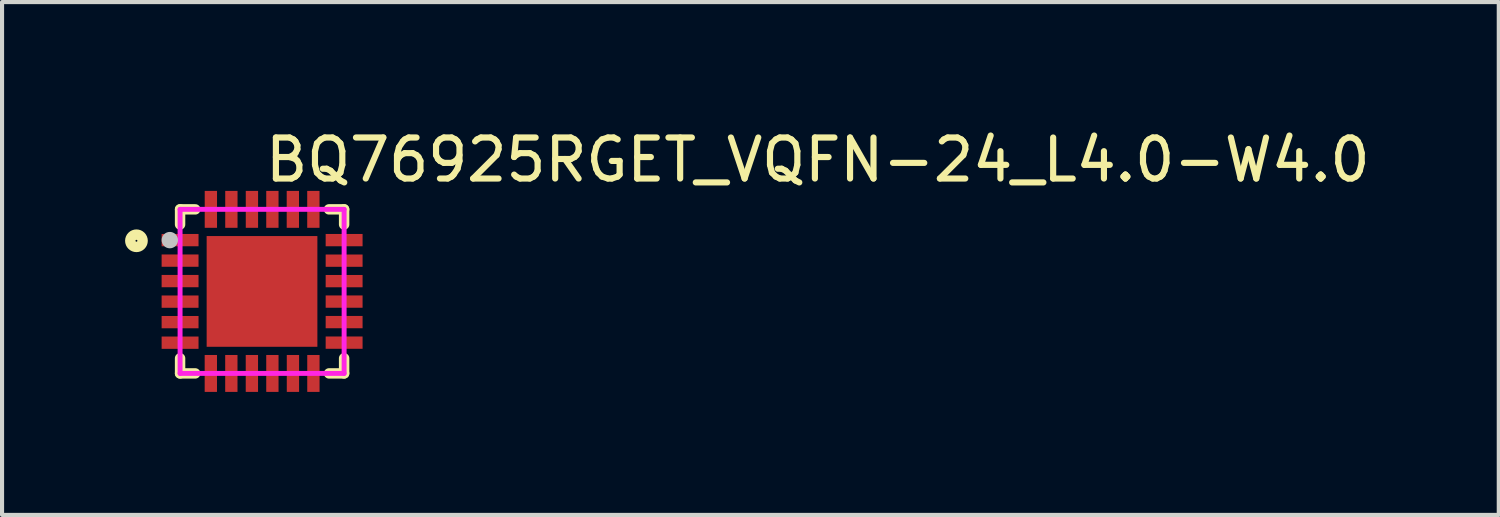
<source format=kicad_pcb>
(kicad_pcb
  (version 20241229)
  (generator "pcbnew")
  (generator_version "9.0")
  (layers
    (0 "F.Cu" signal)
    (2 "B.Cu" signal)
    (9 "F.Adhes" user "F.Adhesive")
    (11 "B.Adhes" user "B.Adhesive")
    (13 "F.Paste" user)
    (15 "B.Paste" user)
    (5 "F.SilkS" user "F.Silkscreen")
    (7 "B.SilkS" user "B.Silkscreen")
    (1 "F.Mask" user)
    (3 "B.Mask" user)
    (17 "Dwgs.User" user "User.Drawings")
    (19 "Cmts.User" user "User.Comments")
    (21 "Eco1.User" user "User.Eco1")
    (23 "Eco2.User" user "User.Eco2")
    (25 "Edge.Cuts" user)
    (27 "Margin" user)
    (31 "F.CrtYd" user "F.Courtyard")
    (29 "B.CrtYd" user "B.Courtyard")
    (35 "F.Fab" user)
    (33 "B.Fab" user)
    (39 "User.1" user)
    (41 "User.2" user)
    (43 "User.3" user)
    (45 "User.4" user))
  (footprint "BQ76925RGET_VQFN-24_L4.0-W4.0"
    (layer "F.Cu")
    (at 3.341 4.055)
    (property "Reference" "BQ76925RGET_VQFN-24_L4.0-W4.0" (at 0 -3.207 0) (layer "F.SilkS") (effects (font (size 1 1) (thickness 0.15)) (justify left)))
    (attr through_hole)
    (fp_line (start -2 -2) (end -2 -1.631) (stroke (width 0.254) (type solid)) (layer "F.SilkS"))
    (fp_line (start -2 1.632) (end -2 2) (stroke (width 0.254) (type solid)) (layer "F.SilkS"))
    (fp_line (start -2 2) (end -1.631 2) (stroke (width 0.254) (type solid)) (layer "F.SilkS"))
    (fp_line (start -1.63 -2) (end -2 -2) (stroke (width 0.254) (type solid)) (layer "F.SilkS"))
    (fp_line (start 1.633 2) (end 2 2) (stroke (width 0.254) (type solid)) (layer "F.SilkS"))
    (fp_line (start 2 -2) (end 1.631 -2) (stroke (width 0.254) (type solid)) (layer "F.SilkS"))
    (fp_line (start 2 -2) (end 2 -1.631) (stroke (width 0.254) (type solid)) (layer "F.SilkS"))
    (fp_line (start 2 1.631) (end 2 2) (stroke (width 0.254) (type solid)) (layer "F.SilkS"))
    (fp_circle (center -3.064 -1.234) (end -2.914 -1.234) (stroke (width 0.254) (type solid)) (fill no) (layer "F.SilkS"))
    (fp_circle (center -2.25 -1.25) (end -2.15 -1.25) (stroke (width 0.2) (type solid)) (fill no) (layer "Dwgs.User"))
    (fp_circle (center -2 -2) (end -1.95 -2) (stroke (width 0.1) (type solid)) (fill no) (layer "Eco2.User"))
    (fp_poly (pts (xy -1.55 -1.37) (xy -1.55 -1.13) (xy -1.93 -1.13) (xy -1.93 -1.37)) (stroke (width 0.12) (type solid)) (fill no) (layer "Eco2.User"))
    (fp_poly (pts (xy -1.55 -0.87) (xy -1.55 -0.63) (xy -1.93 -0.63) (xy -1.93 -0.87)) (stroke (width 0.12) (type solid)) (fill no) (layer "Eco2.User"))
    (fp_poly (pts (xy -1.55 -0.371) (xy -1.55 -0.131) (xy -1.93 -0.131) (xy -1.93 -0.371)) (stroke (width 0.12) (type solid)) (fill no) (layer "Eco2.User"))
    (fp_poly (pts (xy -1.55 0.13) (xy -1.55 0.37) (xy -1.93 0.37) (xy -1.93 0.13)) (stroke (width 0.12) (type solid)) (fill no) (layer "Eco2.User"))
    (fp_poly (pts (xy -1.55 0.63) (xy -1.55 0.87) (xy -1.93 0.87) (xy -1.93 0.63)) (stroke (width 0.12) (type solid)) (fill no) (layer "Eco2.User"))
    (fp_poly (pts (xy -1.55 1.131) (xy -1.55 1.371) (xy -1.93 1.371) (xy -1.93 1.131)) (stroke (width 0.12) (type solid)) (fill no) (layer "Eco2.User"))
    (fp_poly (pts (xy -1.369 -1.93) (xy -1.129 -1.93) (xy -1.129 -1.55) (xy -1.369 -1.55)) (stroke (width 0.12) (type solid)) (fill no) (layer "Eco2.User"))
    (fp_poly (pts (xy -1.35 -1.35) (xy 1.35 -1.35) (xy 1.35 1.35) (xy -1.35 1.35)) (stroke (width 0.12) (type solid)) (fill no) (layer "Eco2.User"))
    (fp_poly (pts (xy -1.13 1.931) (xy -1.37 1.931) (xy -1.37 1.551) (xy -1.13 1.551)) (stroke (width 0.12) (type solid)) (fill no) (layer "Eco2.User"))
    (fp_poly (pts (xy -0.869 -1.93) (xy -0.629 -1.93) (xy -0.629 -1.55) (xy -0.869 -1.55)) (stroke (width 0.12) (type solid)) (fill no) (layer "Eco2.User"))
    (fp_poly (pts (xy -0.63 1.931) (xy -0.87 1.931) (xy -0.87 1.551) (xy -0.63 1.551)) (stroke (width 0.12) (type solid)) (fill no) (layer "Eco2.User"))
    (fp_poly (pts (xy -0.368 -1.93) (xy -0.128 -1.93) (xy -0.128 -1.55) (xy -0.368 -1.55)) (stroke (width 0.12) (type solid)) (fill no) (layer "Eco2.User"))
    (fp_poly (pts (xy -0.129 1.931) (xy -0.369 1.931) (xy -0.369 1.551) (xy -0.129 1.551)) (stroke (width 0.12) (type solid)) (fill no) (layer "Eco2.User"))
    (fp_poly (pts (xy 0.131 -1.93) (xy 0.371 -1.93) (xy 0.371 -1.55) (xy 0.131 -1.55)) (stroke (width 0.12) (type solid)) (fill no) (layer "Eco2.User"))
    (fp_poly (pts (xy 0.371 1.931) (xy 0.131 1.931) (xy 0.131 1.551) (xy 0.371 1.551)) (stroke (width 0.12) (type solid)) (fill no) (layer "Eco2.User"))
    (fp_poly (pts (xy 0.63 -1.93) (xy 0.87 -1.93) (xy 0.87 -1.55) (xy 0.63 -1.55)) (stroke (width 0.12) (type solid)) (fill no) (layer "Eco2.User"))
    (fp_poly (pts (xy 0.872 1.931) (xy 0.632 1.931) (xy 0.632 1.551) (xy 0.872 1.551)) (stroke (width 0.12) (type solid)) (fill no) (layer "Eco2.User"))
    (fp_poly (pts (xy 1.13 -1.93) (xy 1.37 -1.93) (xy 1.37 -1.55) (xy 1.13 -1.55)) (stroke (width 0.12) (type solid)) (fill no) (layer "Eco2.User"))
    (fp_poly (pts (xy 1.371 1.931) (xy 1.131 1.931) (xy 1.131 1.551) (xy 1.371 1.551)) (stroke (width 0.12) (type solid)) (fill no) (layer "Eco2.User"))
    (fp_poly (pts (xy 1.55 -1.13) (xy 1.55 -1.37) (xy 1.93 -1.37) (xy 1.93 -1.13)) (stroke (width 0.12) (type solid)) (fill no) (layer "Eco2.User"))
    (fp_poly (pts (xy 1.55 -0.629) (xy 1.55 -0.869) (xy 1.93 -0.869) (xy 1.93 -0.629)) (stroke (width 0.12) (type solid)) (fill no) (layer "Eco2.User"))
    (fp_poly (pts (xy 1.55 -0.13) (xy 1.55 -0.37) (xy 1.93 -0.37) (xy 1.93 -0.13)) (stroke (width 0.12) (type solid)) (fill no) (layer "Eco2.User"))
    (fp_poly (pts (xy 1.55 0.369) (xy 1.55 0.129) (xy 1.93 0.129) (xy 1.93 0.369)) (stroke (width 0.12) (type solid)) (fill no) (layer "Eco2.User"))
    (fp_poly (pts (xy 1.55 0.869) (xy 1.55 0.629) (xy 1.93 0.629) (xy 1.93 0.869)) (stroke (width 0.12) (type solid)) (fill no) (layer "Eco2.User"))
    (fp_poly (pts (xy 1.55 1.37) (xy 1.55 1.13) (xy 1.93 1.13) (xy 1.93 1.37)) (stroke (width 0.12) (type solid)) (fill no) (layer "Eco2.User"))
    (fp_line (start -2 -2) (end 2 -2) (stroke (width 0.12) (type solid)) (layer "F.CrtYd"))
    (fp_line (start -2 2) (end -2 -2) (stroke (width 0.12) (type solid)) (layer "F.CrtYd"))
    (fp_line (start 2 -2) (end 2 2) (stroke (width 0.12) (type solid)) (layer "F.CrtYd"))
    (fp_line (start 2 2) (end -2 2) (stroke (width 0.12) (type solid)) (layer "F.CrtYd"))
    (pad "1" smd rect (at -2 -1.25 90) (size 0.3 0.9) (layers "F.Cu" "F.Mask" "F.Paste"))
    (pad "2" smd rect (at -2 -0.75 90) (size 0.3 0.9) (layers "F.Cu" "F.Mask" "F.Paste"))
    (pad "3" smd rect (at -2 -0.251 90) (size 0.3 0.9) (layers "F.Cu" "F.Mask" "F.Paste"))
    (pad "4" smd rect (at -2 0.25 90) (size 0.3 0.9) (layers "F.Cu" "F.Mask" "F.Paste"))
    (pad "5" smd rect (at -2 0.75 90) (size 0.3 0.9) (layers "F.Cu" "F.Mask" "F.Paste"))
    (pad "6" smd rect (at -2 1.251 90) (size 0.3 0.9) (layers "F.Cu" "F.Mask" "F.Paste"))
    (pad "7" smd rect (at -1.25 2.001 180) (size 0.3 0.9) (layers "F.Cu" "F.Mask" "F.Paste"))
    (pad "8" smd rect (at -0.75 2.001 180) (size 0.3 0.9) (layers "F.Cu" "F.Mask" "F.Paste"))
    (pad "9" smd rect (at -0.249 2.001 180) (size 0.3 0.9) (layers "F.Cu" "F.Mask" "F.Paste"))
    (pad "10" smd rect (at 0.251 2.001 180) (size 0.3 0.9) (layers "F.Cu" "F.Mask" "F.Paste"))
    (pad "11" smd rect (at 0.752 2.001 180) (size 0.3 0.9) (layers "F.Cu" "F.Mask" "F.Paste"))
    (pad "12" smd rect (at 1.251 2.001 180) (size 0.3 0.9) (layers "F.Cu" "F.Mask" "F.Paste"))
    (pad "13" smd rect (at 2 1.25 270) (size 0.3 0.9) (layers "F.Cu" "F.Mask" "F.Paste"))
    (pad "14" smd rect (at 2 0.749 270) (size 0.3 0.9) (layers "F.Cu" "F.Mask" "F.Paste"))
    (pad "15" smd rect (at 2 0.249 270) (size 0.3 0.9) (layers "F.Cu" "F.Mask" "F.Paste"))
    (pad "16" smd rect (at 2 -0.25 270) (size 0.3 0.9) (layers "F.Cu" "F.Mask" "F.Paste"))
    (pad "17" smd rect (at 2 -0.749 270) (size 0.3 0.9) (layers "F.Cu" "F.Mask" "F.Paste"))
    (pad "18" smd rect (at 2 -1.25 270) (size 0.3 0.9) (layers "F.Cu" "F.Mask" "F.Paste"))
    (pad "19" smd rect (at 1.25 -2) (size 0.3 0.9) (layers "F.Cu" "F.Mask" "F.Paste"))
    (pad "20" smd rect (at 0.75 -2) (size 0.3 0.9) (layers "F.Cu" "F.Mask" "F.Paste"))
    (pad "21" smd rect (at 0.251 -2) (size 0.3 0.9) (layers "F.Cu" "F.Mask" "F.Paste"))
    (pad "22" smd rect (at -0.248 -2) (size 0.3 0.9) (layers "F.Cu" "F.Mask" "F.Paste"))
    (pad "23" smd rect (at -0.749 -2) (size 0.3 0.9) (layers "F.Cu" "F.Mask" "F.Paste"))
    (pad "24" smd rect (at -1.249 -2) (size 0.3 0.9) (layers "F.Cu" "F.Mask" "F.Paste"))
    (pad "25" smd rect (at -0.002 0.001) (size 2.7 2.7) (layers "F.Cu" "F.Mask" "F.Paste")))
  (gr_rect
    (start -3 -3)
    (end 33.496 9.506)
    (stroke (width 0.1) (type default))
    (fill no)
    (layer "Edge.Cuts")))
</source>
